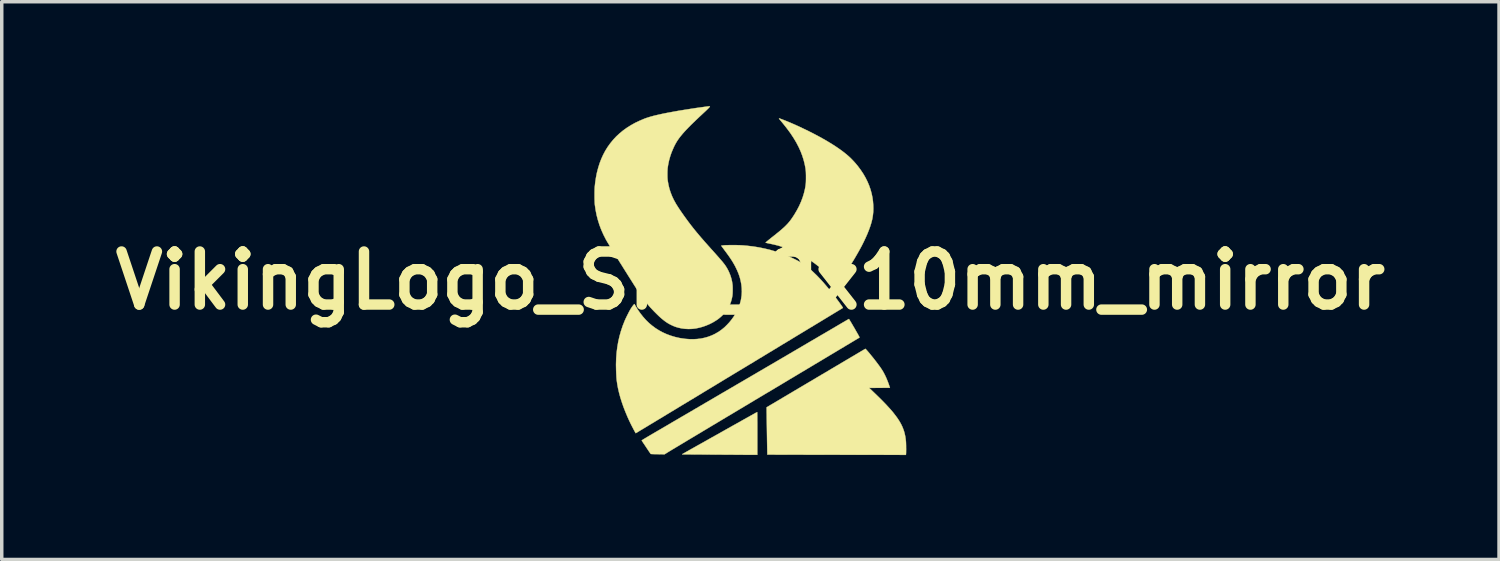
<source format=kicad_pcb>
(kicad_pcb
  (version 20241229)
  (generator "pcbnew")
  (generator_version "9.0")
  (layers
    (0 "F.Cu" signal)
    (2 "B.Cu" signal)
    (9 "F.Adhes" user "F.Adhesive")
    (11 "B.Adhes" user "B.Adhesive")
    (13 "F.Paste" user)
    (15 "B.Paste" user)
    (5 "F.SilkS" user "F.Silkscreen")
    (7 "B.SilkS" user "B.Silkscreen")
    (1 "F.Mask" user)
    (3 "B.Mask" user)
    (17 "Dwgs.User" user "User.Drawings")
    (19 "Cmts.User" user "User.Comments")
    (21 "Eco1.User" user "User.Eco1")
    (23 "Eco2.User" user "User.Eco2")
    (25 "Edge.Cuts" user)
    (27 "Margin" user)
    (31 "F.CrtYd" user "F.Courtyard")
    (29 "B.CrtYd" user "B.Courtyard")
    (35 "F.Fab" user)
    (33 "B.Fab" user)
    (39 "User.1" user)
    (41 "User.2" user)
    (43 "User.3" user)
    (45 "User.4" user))
  (footprint "VikingLogo_Silk_9x10mm_mirror"
    (layer "F.Cu")
    (at 17.513 6.012)
    (property "Reference" "VikingLogo_Silk_9x10mm_mirror" (at 1 -1 0) (layer "F.SilkS") (effects (font (size 1.524 1.524) (thickness 0.3))))
    (attr through_hole)
    (fp_poly (pts (xy 1.191 2.782) (xy 1.18 2.788) (xy 1.162 2.798) (xy 1.139 2.81) (xy 1.111 2.826) (xy 1.078 2.844) (xy 1.042 2.865) (xy 1.001 2.887) (xy 0.958 2.912) (xy 0.912 2.937) (xy 0.887 2.951) (xy 0.852 2.971) (xy 0.81 2.994) (xy 0.762 3.021) (xy 0.709 3.052) (xy 0.65 3.085) (xy 0.586 3.12) (xy 0.518 3.158) (xy 0.447 3.198) (xy 0.373 3.24) (xy 0.296 3.283) (xy 0.218 3.327) (xy 0.138 3.372) (xy 0.057 3.418) (xy -0.024 3.463) (xy -0.105 3.508) (xy -0.185 3.553) (xy -0.187 3.555) (xy -0.262 3.597) (xy -0.335 3.638) (xy -0.406 3.678) (xy -0.474 3.716) (xy -0.539 3.752) (xy -0.601 3.787) (xy -0.659 3.82) (xy -0.713 3.85) (xy -0.763 3.878) (xy -0.808 3.904) (xy -0.848 3.926) (xy -0.882 3.946) (xy -0.911 3.962) (xy -0.934 3.975) (xy -0.95 3.984) (xy -0.959 3.99) (xy -0.962 3.991) (xy -0.96 3.993) (xy -0.95 3.994) (xy -0.932 3.995) (xy -0.909 3.995) (xy -0.899 3.995) (xy -0.882 3.996) (xy -0.856 3.996) (xy -0.824 3.996) (xy -0.784 3.996) (xy -0.738 3.996) (xy -0.687 3.997) (xy -0.629 3.997) (xy -0.567 3.998) (xy -0.5 3.998) (xy -0.429 3.998) (xy -0.353 3.999) (xy -0.275 3.999) (xy -0.193 4) (xy -0.109 4.001) (xy -0.022 4.001) (xy 0.064 4.002) (xy 0.154 4.002) (xy 0.241 4.003) (xy 0.327 4.003) (xy 0.411 4.004) (xy 0.492 4.004) (xy 0.57 4.005) (xy 0.644 4.005) (xy 0.715 4.006) (xy 0.78 4.006) (xy 0.841 4.007) (xy 0.897 4.007) (xy 0.946 4.007) (xy 0.99 4.007) (xy 1.026 4.008) (xy 1.056 4.008) (xy 1.078 4.008) (xy 1.09 4.008) (xy 1.199 4.008) (xy 1.199 3.394) (xy 1.199 3.307) (xy 1.199 3.226) (xy 1.199 3.151) (xy 1.199 3.082) (xy 1.198 3.019) (xy 1.198 2.964) (xy 1.198 2.915) (xy 1.197 2.873) (xy 1.197 2.839) (xy 1.196 2.812) (xy 1.196 2.794) (xy 1.195 2.783) (xy 1.195 2.78) (xy 1.191 2.782)) (stroke (width 0.01) (type solid)) (fill yes) (layer "F.SilkS"))
    (fp_poly (pts (xy 4.304 0.962) (xy 4.3 0.964) (xy 4.29 0.97) (xy 4.272 0.98) (xy 4.248 0.995) (xy 4.218 1.012) (xy 4.182 1.033) (xy 4.141 1.058) (xy 4.095 1.085) (xy 4.043 1.116) (xy 3.988 1.149) (xy 3.928 1.184) (xy 3.863 1.222) (xy 3.796 1.262) (xy 3.725 1.304) (xy 3.651 1.348) (xy 3.574 1.394) (xy 3.494 1.441) (xy 3.413 1.489) (xy 3.33 1.538) (xy 3.245 1.589) (xy 3.159 1.64) (xy 3.071 1.691) (xy 2.984 1.743) (xy 2.896 1.795) (xy 2.808 1.848) (xy 2.72 1.9) (xy 2.633 1.951) (xy 2.546 2.003) (xy 2.461 2.053) (xy 2.377 2.103) (xy 2.295 2.151) (xy 2.215 2.199) (xy 2.138 2.245) (xy 2.063 2.289) (xy 1.991 2.332) (xy 1.923 2.372) (xy 1.858 2.411) (xy 1.797 2.447) (xy 1.74 2.481) (xy 1.688 2.512) (xy 1.64 2.54) (xy 1.597 2.565) (xy 1.56 2.587) (xy 1.529 2.606) (xy 1.504 2.621) (xy 1.485 2.632) (xy 1.472 2.64) (xy 1.467 2.643) (xy 1.466 2.643) (xy 1.466 2.648) (xy 1.466 2.66) (xy 1.466 2.679) (xy 1.467 2.706) (xy 1.467 2.738) (xy 1.467 2.777) (xy 1.468 2.82) (xy 1.469 2.869) (xy 1.469 2.921) (xy 1.47 2.977) (xy 1.471 3.036) (xy 1.472 3.097) (xy 1.473 3.16) (xy 1.474 3.225) (xy 1.475 3.29) (xy 1.476 3.356) (xy 1.477 3.421) (xy 1.478 3.486) (xy 1.479 3.549) (xy 1.48 3.61) (xy 1.481 3.669) (xy 1.482 3.725) (xy 1.483 3.777) (xy 1.484 3.826) (xy 1.485 3.869) (xy 1.485 3.907) (xy 1.486 3.94) (xy 1.487 3.966) (xy 1.487 3.986) (xy 1.487 3.998) (xy 1.488 4.002) (xy 1.492 4.002) (xy 1.504 4.002) (xy 1.525 4.002) (xy 1.553 4.002) (xy 1.588 4.002) (xy 1.631 4.002) (xy 1.681 4.002) (xy 1.737 4.003) (xy 1.799 4.003) (xy 1.868 4.003) (xy 1.943 4.003) (xy 2.023 4.003) (xy 2.108 4.004) (xy 2.199 4.004) (xy 2.294 4.004) (xy 2.394 4.004) (xy 2.498 4.004) (xy 2.606 4.005) (xy 2.718 4.005) (xy 2.834 4.005) (xy 2.953 4.005) (xy 3.074 4.005) (xy 3.199 4.006) (xy 3.325 4.006) (xy 3.454 4.006) (xy 3.479 4.006) (xy 5.469 4.009) (xy 5.472 3.98) (xy 5.473 3.961) (xy 5.474 3.936) (xy 5.474 3.904) (xy 5.475 3.869) (xy 5.475 3.831) (xy 5.474 3.791) (xy 5.474 3.751) (xy 5.473 3.713) (xy 5.472 3.678) (xy 5.471 3.647) (xy 5.469 3.621) (xy 5.468 3.61) (xy 5.461 3.547) (xy 5.452 3.487) (xy 5.44 3.428) (xy 5.426 3.369) (xy 5.409 3.312) (xy 5.388 3.255) (xy 5.365 3.198) (xy 5.338 3.141) (xy 5.307 3.084) (xy 5.272 3.025) (xy 5.233 2.965) (xy 5.189 2.904) (xy 5.141 2.841) (xy 5.089 2.775) (xy 5.031 2.707) (xy 4.967 2.637) (xy 4.899 2.563) (xy 4.824 2.485) (xy 4.744 2.404) (xy 4.657 2.319) (xy 4.564 2.229) (xy 4.483 2.151) (xy 4.411 2.084) (xy 4.71 2.083) (xy 5.01 2.082) (xy 5.007 2.072) (xy 4.982 1.996) (xy 4.954 1.92) (xy 4.924 1.844) (xy 4.892 1.77) (xy 4.858 1.7) (xy 4.824 1.635) (xy 4.789 1.576) (xy 4.775 1.555) (xy 4.737 1.498) (xy 4.692 1.436) (xy 4.642 1.369) (xy 4.587 1.297) (xy 4.527 1.22) (xy 4.484 1.168) (xy 4.446 1.121) (xy 4.412 1.079) (xy 4.382 1.044) (xy 4.357 1.015) (xy 4.336 0.992) (xy 4.321 0.975) (xy 4.31 0.965) (xy 4.305 0.961) (xy 4.304 0.962)) (stroke (width 0.01) (type solid)) (fill yes) (layer "F.SilkS"))
    (fp_poly (pts (xy 1.822 -5.66) (xy 1.822 -5.656) (xy 1.827 -5.647) (xy 1.839 -5.632) (xy 1.854 -5.614) (xy 1.9 -5.559) (xy 1.947 -5.502) (xy 1.994 -5.443) (xy 2.04 -5.384) (xy 2.083 -5.327) (xy 2.123 -5.273) (xy 2.159 -5.223) (xy 2.169 -5.208) (xy 2.25 -5.084) (xy 2.323 -4.961) (xy 2.387 -4.838) (xy 2.443 -4.715) (xy 2.49 -4.593) (xy 2.529 -4.471) (xy 2.56 -4.349) (xy 2.574 -4.277) (xy 2.581 -4.241) (xy 2.586 -4.21) (xy 2.589 -4.181) (xy 2.592 -4.154) (xy 2.595 -4.126) (xy 2.596 -4.095) (xy 2.597 -4.062) (xy 2.598 -4.023) (xy 2.598 -3.977) (xy 2.598 -3.97) (xy 2.598 -3.918) (xy 2.597 -3.874) (xy 2.596 -3.835) (xy 2.594 -3.799) (xy 2.59 -3.766) (xy 2.586 -3.732) (xy 2.581 -3.697) (xy 2.574 -3.66) (xy 2.567 -3.623) (xy 2.538 -3.504) (xy 2.501 -3.384) (xy 2.456 -3.265) (xy 2.403 -3.146) (xy 2.341 -3.027) (xy 2.271 -2.908) (xy 2.23 -2.844) (xy 2.203 -2.804) (xy 2.178 -2.768) (xy 2.153 -2.733) (xy 2.127 -2.7) (xy 2.101 -2.669) (xy 2.074 -2.637) (xy 2.044 -2.606) (xy 2.013 -2.574) (xy 1.979 -2.541) (xy 1.941 -2.507) (xy 1.9 -2.47) (xy 1.854 -2.431) (xy 1.803 -2.389) (xy 1.747 -2.344) (xy 1.685 -2.294) (xy 1.631 -2.252) (xy 1.585 -2.215) (xy 1.546 -2.183) (xy 1.513 -2.157) (xy 1.486 -2.134) (xy 1.465 -2.117) (xy 1.45 -2.104) (xy 1.441 -2.095) (xy 1.437 -2.09) (xy 1.441 -2.088) (xy 1.452 -2.084) (xy 1.469 -2.08) (xy 1.492 -2.075) (xy 1.52 -2.07) (xy 1.522 -2.069) (xy 1.685 -2.034) (xy 1.845 -1.991) (xy 2.001 -1.941) (xy 2.154 -1.883) (xy 2.304 -1.818) (xy 2.449 -1.745) (xy 2.59 -1.666) (xy 2.726 -1.579) (xy 2.858 -1.486) (xy 2.939 -1.423) (xy 3.053 -1.327) (xy 3.16 -1.227) (xy 3.261 -1.124) (xy 3.354 -1.019) (xy 3.43 -0.923) (xy 3.445 -0.904) (xy 3.457 -0.888) (xy 3.467 -0.876) (xy 3.474 -0.868) (xy 3.476 -0.866) (xy 3.479 -0.869) (xy 3.487 -0.877) (xy 3.496 -0.888) (xy 3.499 -0.892) (xy 3.531 -0.936) (xy 3.567 -0.986) (xy 3.605 -1.04) (xy 3.644 -1.095) (xy 3.683 -1.152) (xy 3.721 -1.207) (xy 3.756 -1.26) (xy 3.789 -1.308) (xy 3.8 -1.326) (xy 3.891 -1.466) (xy 3.975 -1.603) (xy 4.054 -1.737) (xy 4.127 -1.866) (xy 4.195 -1.991) (xy 4.256 -2.112) (xy 4.311 -2.229) (xy 4.361 -2.341) (xy 4.404 -2.449) (xy 4.441 -2.551) (xy 4.472 -2.649) (xy 4.496 -2.741) (xy 4.505 -2.784) (xy 4.52 -2.875) (xy 4.53 -2.971) (xy 4.533 -3.071) (xy 4.53 -3.174) (xy 4.522 -3.278) (xy 4.509 -3.375) (xy 4.485 -3.494) (xy 4.453 -3.612) (xy 4.413 -3.728) (xy 4.365 -3.842) (xy 4.308 -3.956) (xy 4.244 -4.067) (xy 4.17 -4.178) (xy 4.089 -4.287) (xy 4.072 -4.308) (xy 4.008 -4.384) (xy 3.943 -4.455) (xy 3.876 -4.523) (xy 3.804 -4.589) (xy 3.727 -4.653) (xy 3.644 -4.718) (xy 3.553 -4.783) (xy 3.547 -4.788) (xy 3.442 -4.859) (xy 3.33 -4.931) (xy 3.209 -5.004) (xy 3.082 -5.077) (xy 2.948 -5.151) (xy 2.808 -5.225) (xy 2.663 -5.298) (xy 2.512 -5.371) (xy 2.357 -5.444) (xy 2.342 -5.45) (xy 2.295 -5.472) (xy 2.247 -5.493) (xy 2.198 -5.514) (xy 2.15 -5.535) (xy 2.102 -5.555) (xy 2.056 -5.574) (xy 2.012 -5.592) (xy 1.971 -5.608) (xy 1.934 -5.623) (xy 1.901 -5.635) (xy 1.872 -5.646) (xy 1.85 -5.653) (xy 1.833 -5.658) (xy 1.823 -5.66) (xy 1.822 -5.66)) (stroke (width 0.01) (type solid)) (fill yes) (layer "F.SilkS"))
    (fp_poly (pts (xy 3.827 0.106) (xy 3.816 0.113) (xy 3.798 0.123) (xy 3.776 0.136) (xy 3.748 0.152) (xy 3.717 0.17) (xy 3.681 0.191) (xy 3.643 0.213) (xy 3.602 0.237) (xy 3.58 0.25) (xy 3.436 0.335) (xy 3.291 0.42) (xy 3.146 0.505) (xy 3 0.59) (xy 2.853 0.677) (xy 2.703 0.764) (xy 2.552 0.853) (xy 2.399 0.943) (xy 2.243 1.034) (xy 2.084 1.128) (xy 1.921 1.223) (xy 1.754 1.321) (xy 1.583 1.421) (xy 1.408 1.523) (xy 1.227 1.629) (xy 1.041 1.738) (xy 0.849 1.85) (xy 0.652 1.965) (xy 0.447 2.085) (xy 0.236 2.208) (xy 0.183 2.239) (xy 0.021 2.334) (xy -0.137 2.427) (xy -0.292 2.517) (xy -0.444 2.606) (xy -0.591 2.692) (xy -0.734 2.776) (xy -0.873 2.857) (xy -1.007 2.935) (xy -1.136 3.011) (xy -1.26 3.083) (xy -1.378 3.153) (xy -1.491 3.219) (xy -1.597 3.281) (xy -1.697 3.339) (xy -1.791 3.394) (xy -1.878 3.445) (xy -1.946 3.485) (xy -1.989 3.511) (xy -2.026 3.533) (xy -2.057 3.551) (xy -2.081 3.566) (xy -2.099 3.578) (xy -2.112 3.586) (xy -2.119 3.592) (xy -2.122 3.596) (xy -2.122 3.596) (xy -2.12 3.601) (xy -2.113 3.612) (xy -2.102 3.628) (xy -2.088 3.649) (xy -2.072 3.674) (xy -2.053 3.701) (xy -2.033 3.731) (xy -2.012 3.763) (xy -1.991 3.795) (xy -1.969 3.827) (xy -1.949 3.858) (xy -1.929 3.887) (xy -1.911 3.914) (xy -1.895 3.937) (xy -1.882 3.956) (xy -1.872 3.971) (xy -1.866 3.979) (xy -1.864 3.981) (xy -1.86 3.983) (xy -1.851 3.984) (xy -1.835 3.985) (xy -1.813 3.986) (xy -1.785 3.987) (xy -1.749 3.988) (xy -1.705 3.988) (xy -1.663 3.989) (xy -1.466 3.992) (xy -1.346 3.917) (xy -1.336 3.911) (xy -1.319 3.901) (xy -1.295 3.887) (xy -1.265 3.868) (xy -1.228 3.846) (xy -1.184 3.82) (xy -1.135 3.79) (xy -1.079 3.757) (xy -1.018 3.72) (xy -0.951 3.68) (xy -0.879 3.637) (xy -0.802 3.59) (xy -0.72 3.541) (xy -0.632 3.489) (xy -0.541 3.434) (xy -0.445 3.377) (xy -0.344 3.316) (xy -0.24 3.254) (xy -0.132 3.189) (xy -0.02 3.122) (xy 0.096 3.053) (xy 0.214 2.982) (xy 0.336 2.909) (xy 0.461 2.835) (xy 0.588 2.759) (xy 0.718 2.681) (xy 0.85 2.602) (xy 0.984 2.522) (xy 1.12 2.44) (xy 1.258 2.358) (xy 1.398 2.274) (xy 1.452 2.242) (xy 1.592 2.159) (xy 1.729 2.077) (xy 1.865 1.996) (xy 1.998 1.916) (xy 2.129 1.837) (xy 2.258 1.761) (xy 2.384 1.685) (xy 2.507 1.612) (xy 2.627 1.54) (xy 2.743 1.47) (xy 2.857 1.402) (xy 2.967 1.337) (xy 3.073 1.273) (xy 3.175 1.212) (xy 3.273 1.153) (xy 3.367 1.097) (xy 3.456 1.044) (xy 3.54 0.993) (xy 3.62 0.946) (xy 3.695 0.901) (xy 3.764 0.859) (xy 3.829 0.821) (xy 3.887 0.786) (xy 3.94 0.754) (xy 3.987 0.726) (xy 4.028 0.701) (xy 4.063 0.681) (xy 4.091 0.664) (xy 4.112 0.651) (xy 4.127 0.642) (xy 4.135 0.637) (xy 4.136 0.637) (xy 4.136 0.634) (xy 4.134 0.628) (xy 4.13 0.619) (xy 4.123 0.605) (xy 4.113 0.587) (xy 4.101 0.564) (xy 4.085 0.536) (xy 4.066 0.502) (xy 4.043 0.462) (xy 4.016 0.415) (xy 3.989 0.367) (xy 3.963 0.324) (xy 3.94 0.283) (xy 3.917 0.245) (xy 3.897 0.21) (xy 3.878 0.179) (xy 3.862 0.153) (xy 3.849 0.131) (xy 3.84 0.116) (xy 3.833 0.107) (xy 3.831 0.104) (xy 3.827 0.106)) (stroke (width 0.01) (type solid)) (fill yes) (layer "F.SilkS"))
    (fp_poly (pts (xy 0.442 -2.018) (xy 0.395 -2.018) (xy 0.35 -2.017) (xy 0.31 -2.016) (xy 0.275 -2.015) (xy 0.245 -2.013) (xy 0.223 -2.011) (xy 0.217 -2.01) (xy 0.197 -2.007) (xy 0.18 -2.005) (xy 0.168 -2.003) (xy 0.163 -2.002) (xy 0.163 -2.001) (xy 0.165 -1.998) (xy 0.172 -1.988) (xy 0.182 -1.973) (xy 0.197 -1.954) (xy 0.214 -1.93) (xy 0.234 -1.904) (xy 0.255 -1.875) (xy 0.264 -1.863) (xy 0.308 -1.805) (xy 0.346 -1.752) (xy 0.381 -1.704) (xy 0.412 -1.659) (xy 0.44 -1.617) (xy 0.467 -1.576) (xy 0.492 -1.535) (xy 0.501 -1.521) (xy 0.562 -1.413) (xy 0.614 -1.305) (xy 0.659 -1.199) (xy 0.695 -1.093) (xy 0.722 -0.988) (xy 0.741 -0.883) (xy 0.752 -0.78) (xy 0.755 -0.677) (xy 0.749 -0.575) (xy 0.734 -0.474) (xy 0.723 -0.417) (xy 0.697 -0.325) (xy 0.663 -0.233) (xy 0.622 -0.141) (xy 0.575 -0.052) (xy 0.521 0.036) (xy 0.461 0.12) (xy 0.396 0.2) (xy 0.326 0.275) (xy 0.253 0.346) (xy 0.175 0.41) (xy 0.095 0.467) (xy 0.072 0.481) (xy -0.02 0.534) (xy -0.116 0.579) (xy -0.215 0.616) (xy -0.317 0.645) (xy -0.423 0.667) (xy -0.531 0.68) (xy -0.643 0.686) (xy -0.758 0.684) (xy -0.876 0.675) (xy -0.997 0.657) (xy -1.045 0.649) (xy -1.169 0.62) (xy -1.289 0.584) (xy -1.405 0.541) (xy -1.516 0.491) (xy -1.622 0.434) (xy -1.724 0.37) (xy -1.82 0.299) (xy -1.913 0.221) (xy -2 0.136) (xy -2.083 0.043) (xy -2.161 -0.056) (xy -2.235 -0.162) (xy -2.296 -0.263) (xy -2.333 -0.327) (xy -2.343 -0.317) (xy -2.354 -0.306) (xy -2.368 -0.289) (xy -2.384 -0.267) (xy -2.402 -0.243) (xy -2.419 -0.217) (xy -2.436 -0.191) (xy -2.448 -0.171) (xy -2.463 -0.145) (xy -2.481 -0.113) (xy -2.5 -0.076) (xy -2.52 -0.036) (xy -2.541 0.005) (xy -2.561 0.046) (xy -2.58 0.085) (xy -2.596 0.121) (xy -2.61 0.152) (xy -2.611 0.154) (xy -2.669 0.301) (xy -2.719 0.451) (xy -2.762 0.603) (xy -2.797 0.758) (xy -2.824 0.915) (xy -2.844 1.076) (xy -2.856 1.24) (xy -2.861 1.408) (xy -2.861 1.43) (xy -2.86 1.475) (xy -2.859 1.524) (xy -2.858 1.575) (xy -2.856 1.627) (xy -2.854 1.679) (xy -2.851 1.728) (xy -2.849 1.774) (xy -2.846 1.814) (xy -2.843 1.848) (xy -2.842 1.857) (xy -2.825 1.977) (xy -2.802 2.102) (xy -2.772 2.23) (xy -2.736 2.363) (xy -2.693 2.498) (xy -2.645 2.637) (xy -2.59 2.777) (xy -2.53 2.92) (xy -2.478 3.034) (xy -2.464 3.063) (xy -2.449 3.095) (xy -2.432 3.128) (xy -2.415 3.163) (xy -2.397 3.197) (xy -2.379 3.232) (xy -2.362 3.264) (xy -2.346 3.295) (xy -2.331 3.322) (xy -2.318 3.346) (xy -2.308 3.365) (xy -2.3 3.378) (xy -2.295 3.385) (xy -2.294 3.386) (xy -2.29 3.384) (xy -2.279 3.377) (xy -2.261 3.366) (xy -2.237 3.352) (xy -2.206 3.333) (xy -2.169 3.31) (xy -2.125 3.284) (xy -2.075 3.254) (xy -2.02 3.221) (xy -1.959 3.184) (xy -1.892 3.143) (xy -1.82 3.1) (xy -1.742 3.053) (xy -1.66 3.003) (xy -1.572 2.95) (xy -1.48 2.895) (xy -1.384 2.836) (xy -1.283 2.775) (xy -1.178 2.712) (xy -1.069 2.646) (xy -0.956 2.577) (xy -0.839 2.507) (xy -0.719 2.434) (xy -0.595 2.36) (xy -0.468 2.283) (xy -0.339 2.204) (xy -0.206 2.124) (xy -0.071 2.043) (xy 0.067 1.959) (xy 0.207 1.874) (xy 0.349 1.788) (xy 0.493 1.701) (xy 0.639 1.613) (xy 0.68 1.588) (xy 0.827 1.5) (xy 0.972 1.412) (xy 1.115 1.326) (xy 1.255 1.24) (xy 1.394 1.157) (xy 1.53 1.074) (xy 1.663 0.994) (xy 1.794 0.915) (xy 1.921 0.837) (xy 2.046 0.762) (xy 2.167 0.689) (xy 2.285 0.617) (xy 2.399 0.548) (xy 2.509 0.482) (xy 2.616 0.417) (xy 2.718 0.355) (xy 2.816 0.296) (xy 2.909 0.24) (xy 2.998 0.186) (xy 3.082 0.135) (xy 3.161 0.087) (xy 3.235 0.042) (xy 3.303 0.001) (xy 3.366 -0.037) (xy 3.423 -0.072) (xy 3.475 -0.103) (xy 3.52 -0.131) (xy 3.559 -0.154) (xy 3.592 -0.174) (xy 3.619 -0.19) (xy 3.638 -0.202) (xy 3.651 -0.21) (xy 3.657 -0.214) (xy 3.657 -0.214) (xy 3.657 -0.219) (xy 3.651 -0.231) (xy 3.64 -0.249) (xy 3.624 -0.273) (xy 3.603 -0.303) (xy 3.577 -0.339) (xy 3.547 -0.381) (xy 3.512 -0.428) (xy 3.479 -0.473) (xy 3.376 -0.608) (xy 3.274 -0.735) (xy 3.174 -0.855) (xy 3.077 -0.967) (xy 2.981 -1.071) (xy 2.887 -1.167) (xy 2.795 -1.255) (xy 2.727 -1.317) (xy 2.674 -1.362) (xy 2.621 -1.404) (xy 2.568 -1.443) (xy 2.514 -1.48) (xy 2.456 -1.516) (xy 2.395 -1.551) (xy 2.329 -1.586) (xy 2.256 -1.622) (xy 2.177 -1.66) (xy 2.026 -1.725) (xy 1.874 -1.784) (xy 1.72 -1.836) (xy 1.564 -1.882) (xy 1.405 -1.92) (xy 1.243 -1.953) (xy 1.076 -1.98) (xy 0.903 -2) (xy 0.793 -2.01) (xy 0.761 -2.012) (xy 0.724 -2.014) (xy 0.682 -2.016) (xy 0.637 -2.017) (xy 0.589 -2.018) (xy 0.54 -2.018) (xy 0.49 -2.018) (xy 0.442 -2.018)) (stroke (width 0.01) (type solid)) (fill yes) (layer "F.SilkS"))
    (fp_poly (pts (xy -0.192 -6.007) (xy -0.209 -6.005) (xy -0.231 -6.003) (xy -0.26 -5.999) (xy -0.295 -5.994) (xy -0.335 -5.989) (xy -0.456 -5.972) (xy -0.579 -5.955) (xy -0.701 -5.936) (xy -0.822 -5.917) (xy -0.941 -5.898) (xy -1.058 -5.879) (xy -1.171 -5.859) (xy -1.279 -5.839) (xy -1.382 -5.82) (xy -1.479 -5.801) (xy -1.569 -5.782) (xy -1.631 -5.768) (xy -1.711 -5.75) (xy -1.784 -5.732) (xy -1.85 -5.714) (xy -1.911 -5.696) (xy -1.968 -5.678) (xy -2.023 -5.659) (xy -2.059 -5.645) (xy -2.192 -5.588) (xy -2.32 -5.527) (xy -2.44 -5.459) (xy -2.554 -5.387) (xy -2.662 -5.309) (xy -2.762 -5.226) (xy -2.857 -5.138) (xy -2.944 -5.044) (xy -3.025 -4.945) (xy -3.1 -4.841) (xy -3.168 -4.732) (xy -3.229 -4.617) (xy -3.284 -4.496) (xy -3.332 -4.371) (xy -3.373 -4.24) (xy -3.409 -4.103) (xy -3.437 -3.962) (xy -3.459 -3.815) (xy -3.473 -3.684) (xy -3.475 -3.654) (xy -3.476 -3.617) (xy -3.477 -3.575) (xy -3.478 -3.529) (xy -3.478 -3.48) (xy -3.478 -3.431) (xy -3.478 -3.381) (xy -3.477 -3.333) (xy -3.475 -3.287) (xy -3.474 -3.246) (xy -3.472 -3.21) (xy -3.469 -3.181) (xy -3.469 -3.176) (xy -3.447 -3.026) (xy -3.418 -2.878) (xy -3.38 -2.733) (xy -3.335 -2.59) (xy -3.281 -2.45) (xy -3.219 -2.312) (xy -3.15 -2.177) (xy -3.116 -2.118) (xy -3.102 -2.094) (xy -3.084 -2.065) (xy -3.062 -2.029) (xy -3.037 -1.987) (xy -3.008 -1.94) (xy -2.976 -1.889) (xy -2.942 -1.833) (xy -2.905 -1.774) (xy -2.867 -1.712) (xy -2.826 -1.647) (xy -2.785 -1.58) (xy -2.742 -1.511) (xy -2.698 -1.442) (xy -2.654 -1.371) (xy -2.61 -1.301) (xy -2.566 -1.231) (xy -2.523 -1.162) (xy -2.48 -1.094) (xy -2.438 -1.028) (xy -2.398 -0.965) (xy -2.36 -0.904) (xy -2.324 -0.847) (xy -2.29 -0.794) (xy -2.259 -0.745) (xy -2.231 -0.701) (xy -2.206 -0.662) (xy -2.185 -0.63) (xy -2.168 -0.604) (xy -2.161 -0.594) (xy -2.074 -0.471) (xy -1.979 -0.35) (xy -1.877 -0.23) (xy -1.766 -0.113) (xy -1.743 -0.09) (xy -1.685 -0.032) (xy -1.632 0.019) (xy -1.582 0.065) (xy -1.535 0.105) (xy -1.49 0.141) (xy -1.447 0.174) (xy -1.405 0.203) (xy -1.364 0.229) (xy -1.321 0.253) (xy -1.28 0.274) (xy -1.235 0.295) (xy -1.194 0.313) (xy -1.155 0.328) (xy -1.116 0.34) (xy -1.073 0.352) (xy -1.073 0.353) (xy -0.975 0.374) (xy -0.876 0.387) (xy -0.776 0.392) (xy -0.677 0.388) (xy -0.674 0.388) (xy -0.573 0.376) (xy -0.471 0.355) (xy -0.37 0.327) (xy -0.27 0.292) (xy -0.172 0.25) (xy -0.077 0.202) (xy 0.013 0.147) (xy 0.085 0.097) (xy 0.123 0.066) (xy 0.162 0.032) (xy 0.201 -0.005) (xy 0.238 -0.042) (xy 0.269 -0.078) (xy 0.277 -0.088) (xy 0.33 -0.159) (xy 0.375 -0.235) (xy 0.413 -0.315) (xy 0.444 -0.399) (xy 0.468 -0.487) (xy 0.482 -0.56) (xy 0.485 -0.587) (xy 0.488 -0.622) (xy 0.49 -0.66) (xy 0.491 -0.702) (xy 0.491 -0.745) (xy 0.491 -0.787) (xy 0.49 -0.826) (xy 0.488 -0.861) (xy 0.486 -0.881) (xy 0.472 -0.975) (xy 0.451 -1.064) (xy 0.424 -1.15) (xy 0.39 -1.234) (xy 0.369 -1.279) (xy 0.354 -1.308) (xy 0.34 -1.335) (xy 0.325 -1.361) (xy 0.309 -1.387) (xy 0.293 -1.413) (xy 0.275 -1.439) (xy 0.255 -1.467) (xy 0.232 -1.496) (xy 0.207 -1.528) (xy 0.178 -1.562) (xy 0.146 -1.6) (xy 0.109 -1.642) (xy 0.068 -1.689) (xy 0.022 -1.741) (xy -0.015 -1.783) (xy -0.043 -1.814) (xy -0.074 -1.849) (xy -0.109 -1.887) (xy -0.144 -1.926) (xy -0.178 -1.965) (xy -0.211 -2.001) (xy -0.229 -2.022) (xy -0.301 -2.102) (xy -0.367 -2.178) (xy -0.429 -2.249) (xy -0.487 -2.318) (xy -0.543 -2.384) (xy -0.596 -2.449) (xy -0.648 -2.514) (xy -0.699 -2.579) (xy -0.75 -2.646) (xy -0.781 -2.687) (xy -0.821 -2.741) (xy -0.862 -2.797) (xy -0.903 -2.854) (xy -0.944 -2.912) (xy -0.983 -2.968) (xy -1.021 -3.023) (xy -1.056 -3.076) (xy -1.087 -3.124) (xy -1.115 -3.168) (xy -1.137 -3.203) (xy -1.197 -3.311) (xy -1.249 -3.42) (xy -1.292 -3.529) (xy -1.328 -3.64) (xy -1.355 -3.753) (xy -1.375 -3.867) (xy -1.38 -3.906) (xy -1.382 -3.934) (xy -1.384 -3.968) (xy -1.385 -4.007) (xy -1.385 -4.049) (xy -1.385 -4.091) (xy -1.384 -4.133) (xy -1.382 -4.173) (xy -1.38 -4.207) (xy -1.378 -4.234) (xy -1.36 -4.347) (xy -1.336 -4.458) (xy -1.305 -4.568) (xy -1.267 -4.679) (xy -1.22 -4.79) (xy -1.204 -4.827) (xy -1.179 -4.879) (xy -1.155 -4.925) (xy -1.131 -4.967) (xy -1.106 -5.008) (xy -1.089 -5.034) (xy -1.058 -5.079) (xy -1.022 -5.127) (xy -0.982 -5.176) (xy -0.938 -5.229) (xy -0.888 -5.285) (xy -0.833 -5.344) (xy -0.773 -5.406) (xy -0.707 -5.473) (xy -0.635 -5.543) (xy -0.557 -5.618) (xy -0.473 -5.698) (xy -0.405 -5.761) (xy -0.356 -5.807) (xy -0.312 -5.848) (xy -0.274 -5.883) (xy -0.243 -5.914) (xy -0.216 -5.94) (xy -0.196 -5.961) (xy -0.18 -5.978) (xy -0.17 -5.991) (xy -0.165 -5.999) (xy -0.164 -6.002) (xy -0.165 -6.005) (xy -0.167 -6.006) (xy -0.172 -6.007) (xy -0.18 -6.007) (xy -0.192 -6.007)) (stroke (width 0.01) (type solid)) (fill yes) (layer "F.SilkS")))
  (gr_rect
    (start -3 -3)
    (end 40.026 13.027)
    (stroke (width 0.1) (type default))
    (fill no)
    (layer "Edge.Cuts")))
</source>
